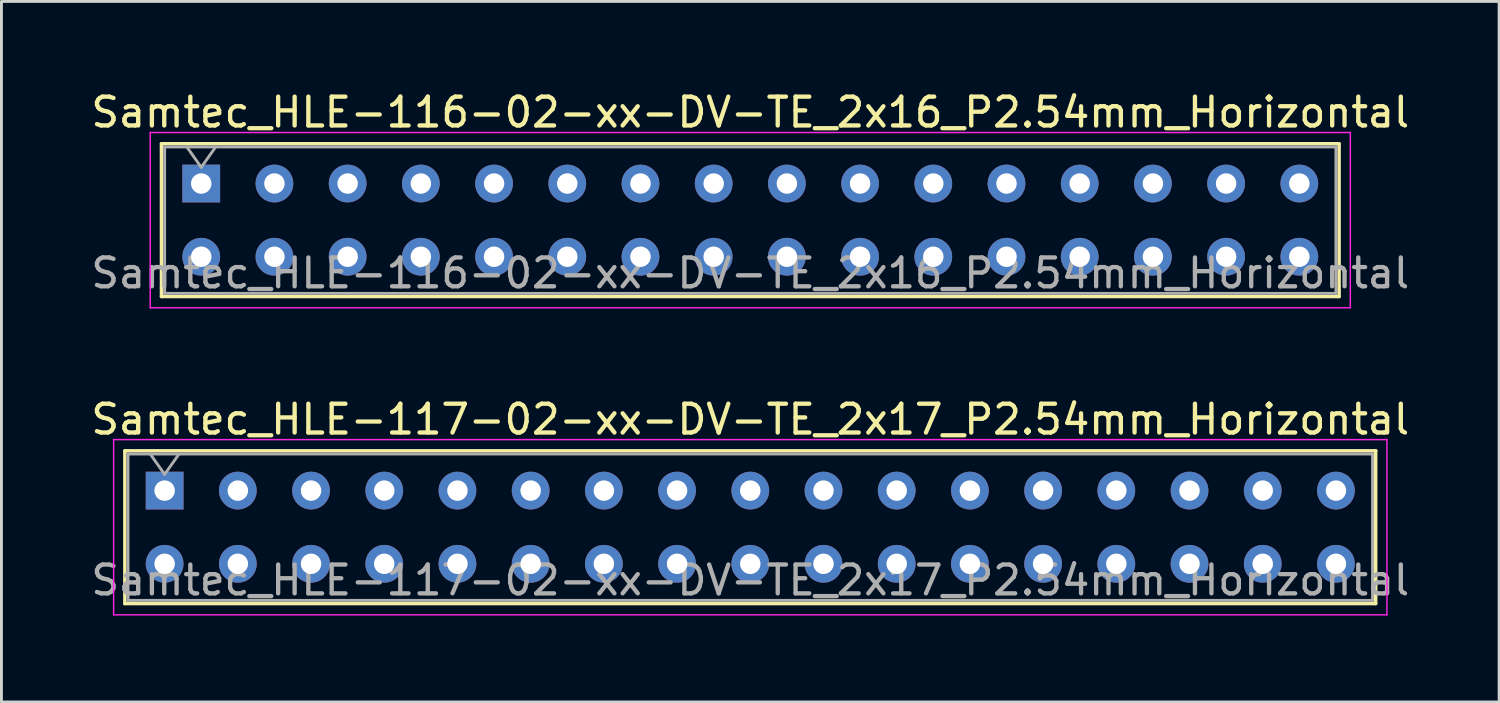
<source format=kicad_pcb>
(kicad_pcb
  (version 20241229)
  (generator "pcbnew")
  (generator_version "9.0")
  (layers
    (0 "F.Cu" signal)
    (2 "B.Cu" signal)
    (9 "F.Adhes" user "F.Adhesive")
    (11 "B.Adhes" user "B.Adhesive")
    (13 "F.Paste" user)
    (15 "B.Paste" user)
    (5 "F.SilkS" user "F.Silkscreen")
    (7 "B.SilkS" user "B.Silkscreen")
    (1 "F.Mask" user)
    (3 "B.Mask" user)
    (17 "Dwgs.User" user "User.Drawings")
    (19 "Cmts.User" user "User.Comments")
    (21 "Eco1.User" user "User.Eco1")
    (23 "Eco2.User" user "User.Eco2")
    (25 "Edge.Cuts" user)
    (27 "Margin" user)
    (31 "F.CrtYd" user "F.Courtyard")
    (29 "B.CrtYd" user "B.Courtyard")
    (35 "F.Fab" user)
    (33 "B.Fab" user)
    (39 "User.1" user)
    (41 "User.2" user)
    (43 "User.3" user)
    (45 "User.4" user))
  (footprint "Samtec_HLE-116-02-xx-DV-TE_2x16_P2.54mm_Horizontal"
    (layer "F.Cu")
    (at 3.932 3.318)
    (property "Reference" "Samtec_HLE-116-02-xx-DV-TE_2x16_P2.54mm_Horizontal" (at 19.05 -2.47 0) (layer "F.SilkS") (effects (font (size 1 1) (thickness 0.15))))
    (attr through_hole)
    (fp_line (start -1.38 -1.38) (end 39.48 -1.38) (stroke (width 0.12) (type solid)) (layer "F.SilkS"))
    (fp_line (start -1.38 3.92) (end -1.38 -1.38) (stroke (width 0.12) (type solid)) (layer "F.SilkS"))
    (fp_line (start 39.48 -1.38) (end 39.48 3.92) (stroke (width 0.12) (type solid)) (layer "F.SilkS"))
    (fp_line (start 39.48 3.92) (end -1.38 3.92) (stroke (width 0.12) (type solid)) (layer "F.SilkS"))
    (fp_line (start -1.77 -1.77) (end 39.87 -1.77) (stroke (width 0.05) (type solid)) (layer "F.CrtYd"))
    (fp_line (start -1.77 4.31) (end -1.77 -1.77) (stroke (width 0.05) (type solid)) (layer "F.CrtYd"))
    (fp_line (start 39.87 -1.77) (end 39.87 4.31) (stroke (width 0.05) (type solid)) (layer "F.CrtYd"))
    (fp_line (start 39.87 4.31) (end -1.77 4.31) (stroke (width 0.05) (type solid)) (layer "F.CrtYd"))
    (fp_line (start -1.27 -1.27) (end 39.37 -1.27) (stroke (width 0.1) (type solid)) (layer "F.Fab"))
    (fp_line (start -1.27 3.81) (end -1.27 -1.27) (stroke (width 0.1) (type solid)) (layer "F.Fab"))
    (fp_line (start -0.5 -1.27) (end 0 -0.563) (stroke (width 0.1) (type solid)) (layer "F.Fab"))
    (fp_line (start 0 -0.563) (end 0.5 -1.27) (stroke (width 0.1) (type solid)) (layer "F.Fab"))
    (fp_line (start 39.37 -1.27) (end 39.37 3.81) (stroke (width 0.1) (type solid)) (layer "F.Fab"))
    (fp_line (start 39.37 3.81) (end -1.27 3.81) (stroke (width 0.1) (type solid)) (layer "F.Fab"))
    (fp_text user "${REFERENCE}" (at 19.05 3.11 0) (layer "F.Fab") (effects (font (size 1 1) (thickness 0.15))))
    (pad "1" thru_hole rect (at 0 0) (size 1.31 1.31) (drill 0.71) (layers "*.Cu" "*.Mask"))
    (pad "2" thru_hole circle (at 0 2.54) (size 1.31 1.31) (drill 0.71) (layers "*.Cu" "*.Mask"))
    (pad "3" thru_hole circle (at 2.54 0) (size 1.31 1.31) (drill 0.71) (layers "*.Cu" "*.Mask"))
    (pad "4" thru_hole circle (at 2.54 2.54) (size 1.31 1.31) (drill 0.71) (layers "*.Cu" "*.Mask"))
    (pad "5" thru_hole circle (at 5.08 0) (size 1.31 1.31) (drill 0.71) (layers "*.Cu" "*.Mask"))
    (pad "6" thru_hole circle (at 5.08 2.54) (size 1.31 1.31) (drill 0.71) (layers "*.Cu" "*.Mask"))
    (pad "7" thru_hole circle (at 7.62 0) (size 1.31 1.31) (drill 0.71) (layers "*.Cu" "*.Mask"))
    (pad "8" thru_hole circle (at 7.62 2.54) (size 1.31 1.31) (drill 0.71) (layers "*.Cu" "*.Mask"))
    (pad "9" thru_hole circle (at 10.16 0) (size 1.31 1.31) (drill 0.71) (layers "*.Cu" "*.Mask"))
    (pad "10" thru_hole circle (at 10.16 2.54) (size 1.31 1.31) (drill 0.71) (layers "*.Cu" "*.Mask"))
    (pad "11" thru_hole circle (at 12.7 0) (size 1.31 1.31) (drill 0.71) (layers "*.Cu" "*.Mask"))
    (pad "12" thru_hole circle (at 12.7 2.54) (size 1.31 1.31) (drill 0.71) (layers "*.Cu" "*.Mask"))
    (pad "13" thru_hole circle (at 15.24 0) (size 1.31 1.31) (drill 0.71) (layers "*.Cu" "*.Mask"))
    (pad "14" thru_hole circle (at 15.24 2.54) (size 1.31 1.31) (drill 0.71) (layers "*.Cu" "*.Mask"))
    (pad "15" thru_hole circle (at 17.78 0) (size 1.31 1.31) (drill 0.71) (layers "*.Cu" "*.Mask"))
    (pad "16" thru_hole circle (at 17.78 2.54) (size 1.31 1.31) (drill 0.71) (layers "*.Cu" "*.Mask"))
    (pad "17" thru_hole circle (at 20.32 0) (size 1.31 1.31) (drill 0.71) (layers "*.Cu" "*.Mask"))
    (pad "18" thru_hole circle (at 20.32 2.54) (size 1.31 1.31) (drill 0.71) (layers "*.Cu" "*.Mask"))
    (pad "19" thru_hole circle (at 22.86 0) (size 1.31 1.31) (drill 0.71) (layers "*.Cu" "*.Mask"))
    (pad "20" thru_hole circle (at 22.86 2.54) (size 1.31 1.31) (drill 0.71) (layers "*.Cu" "*.Mask"))
    (pad "21" thru_hole circle (at 25.4 0) (size 1.31 1.31) (drill 0.71) (layers "*.Cu" "*.Mask"))
    (pad "22" thru_hole circle (at 25.4 2.54) (size 1.31 1.31) (drill 0.71) (layers "*.Cu" "*.Mask"))
    (pad "23" thru_hole circle (at 27.94 0) (size 1.31 1.31) (drill 0.71) (layers "*.Cu" "*.Mask"))
    (pad "24" thru_hole circle (at 27.94 2.54) (size 1.31 1.31) (drill 0.71) (layers "*.Cu" "*.Mask"))
    (pad "25" thru_hole circle (at 30.48 0) (size 1.31 1.31) (drill 0.71) (layers "*.Cu" "*.Mask"))
    (pad "26" thru_hole circle (at 30.48 2.54) (size 1.31 1.31) (drill 0.71) (layers "*.Cu" "*.Mask"))
    (pad "27" thru_hole circle (at 33.02 0) (size 1.31 1.31) (drill 0.71) (layers "*.Cu" "*.Mask"))
    (pad "28" thru_hole circle (at 33.02 2.54) (size 1.31 1.31) (drill 0.71) (layers "*.Cu" "*.Mask"))
    (pad "29" thru_hole circle (at 35.56 0) (size 1.31 1.31) (drill 0.71) (layers "*.Cu" "*.Mask"))
    (pad "30" thru_hole circle (at 35.56 2.54) (size 1.31 1.31) (drill 0.71) (layers "*.Cu" "*.Mask"))
    (pad "31" thru_hole circle (at 38.1 0) (size 1.31 1.31) (drill 0.71) (layers "*.Cu" "*.Mask"))
    (pad "32" thru_hole circle (at 38.1 2.54) (size 1.31 1.31) (drill 0.71) (layers "*.Cu" "*.Mask")))
  (footprint "Samtec_HLE-117-02-xx-DV-TE_2x17_P2.54mm_Horizontal"
    (layer "F.Cu")
    (at 2.662 13.972)
    (property "Reference" "Samtec_HLE-117-02-xx-DV-TE_2x17_P2.54mm_Horizontal" (at 20.32 -2.47 0) (layer "F.SilkS") (effects (font (size 1 1) (thickness 0.15))))
    (attr through_hole)
    (fp_line (start -1.38 -1.38) (end 42.02 -1.38) (stroke (width 0.12) (type solid)) (layer "F.SilkS"))
    (fp_line (start -1.38 3.92) (end -1.38 -1.38) (stroke (width 0.12) (type solid)) (layer "F.SilkS"))
    (fp_line (start 42.02 -1.38) (end 42.02 3.92) (stroke (width 0.12) (type solid)) (layer "F.SilkS"))
    (fp_line (start 42.02 3.92) (end -1.38 3.92) (stroke (width 0.12) (type solid)) (layer "F.SilkS"))
    (fp_line (start -1.77 -1.77) (end 42.41 -1.77) (stroke (width 0.05) (type solid)) (layer "F.CrtYd"))
    (fp_line (start -1.77 4.31) (end -1.77 -1.77) (stroke (width 0.05) (type solid)) (layer "F.CrtYd"))
    (fp_line (start 42.41 -1.77) (end 42.41 4.31) (stroke (width 0.05) (type solid)) (layer "F.CrtYd"))
    (fp_line (start 42.41 4.31) (end -1.77 4.31) (stroke (width 0.05) (type solid)) (layer "F.CrtYd"))
    (fp_line (start -1.27 -1.27) (end 41.91 -1.27) (stroke (width 0.1) (type solid)) (layer "F.Fab"))
    (fp_line (start -1.27 3.81) (end -1.27 -1.27) (stroke (width 0.1) (type solid)) (layer "F.Fab"))
    (fp_line (start -0.5 -1.27) (end 0 -0.563) (stroke (width 0.1) (type solid)) (layer "F.Fab"))
    (fp_line (start 0 -0.563) (end 0.5 -1.27) (stroke (width 0.1) (type solid)) (layer "F.Fab"))
    (fp_line (start 41.91 -1.27) (end 41.91 3.81) (stroke (width 0.1) (type solid)) (layer "F.Fab"))
    (fp_line (start 41.91 3.81) (end -1.27 3.81) (stroke (width 0.1) (type solid)) (layer "F.Fab"))
    (fp_text user "${REFERENCE}" (at 20.32 3.11 0) (layer "F.Fab") (effects (font (size 1 1) (thickness 0.15))))
    (pad "1" thru_hole rect (at 0 0) (size 1.31 1.31) (drill 0.71) (layers "*.Cu" "*.Mask"))
    (pad "2" thru_hole circle (at 0 2.54) (size 1.31 1.31) (drill 0.71) (layers "*.Cu" "*.Mask"))
    (pad "3" thru_hole circle (at 2.54 0) (size 1.31 1.31) (drill 0.71) (layers "*.Cu" "*.Mask"))
    (pad "4" thru_hole circle (at 2.54 2.54) (size 1.31 1.31) (drill 0.71) (layers "*.Cu" "*.Mask"))
    (pad "5" thru_hole circle (at 5.08 0) (size 1.31 1.31) (drill 0.71) (layers "*.Cu" "*.Mask"))
    (pad "6" thru_hole circle (at 5.08 2.54) (size 1.31 1.31) (drill 0.71) (layers "*.Cu" "*.Mask"))
    (pad "7" thru_hole circle (at 7.62 0) (size 1.31 1.31) (drill 0.71) (layers "*.Cu" "*.Mask"))
    (pad "8" thru_hole circle (at 7.62 2.54) (size 1.31 1.31) (drill 0.71) (layers "*.Cu" "*.Mask"))
    (pad "9" thru_hole circle (at 10.16 0) (size 1.31 1.31) (drill 0.71) (layers "*.Cu" "*.Mask"))
    (pad "10" thru_hole circle (at 10.16 2.54) (size 1.31 1.31) (drill 0.71) (layers "*.Cu" "*.Mask"))
    (pad "11" thru_hole circle (at 12.7 0) (size 1.31 1.31) (drill 0.71) (layers "*.Cu" "*.Mask"))
    (pad "12" thru_hole circle (at 12.7 2.54) (size 1.31 1.31) (drill 0.71) (layers "*.Cu" "*.Mask"))
    (pad "13" thru_hole circle (at 15.24 0) (size 1.31 1.31) (drill 0.71) (layers "*.Cu" "*.Mask"))
    (pad "14" thru_hole circle (at 15.24 2.54) (size 1.31 1.31) (drill 0.71) (layers "*.Cu" "*.Mask"))
    (pad "15" thru_hole circle (at 17.78 0) (size 1.31 1.31) (drill 0.71) (layers "*.Cu" "*.Mask"))
    (pad "16" thru_hole circle (at 17.78 2.54) (size 1.31 1.31) (drill 0.71) (layers "*.Cu" "*.Mask"))
    (pad "17" thru_hole circle (at 20.32 0) (size 1.31 1.31) (drill 0.71) (layers "*.Cu" "*.Mask"))
    (pad "18" thru_hole circle (at 20.32 2.54) (size 1.31 1.31) (drill 0.71) (layers "*.Cu" "*.Mask"))
    (pad "19" thru_hole circle (at 22.86 0) (size 1.31 1.31) (drill 0.71) (layers "*.Cu" "*.Mask"))
    (pad "20" thru_hole circle (at 22.86 2.54) (size 1.31 1.31) (drill 0.71) (layers "*.Cu" "*.Mask"))
    (pad "21" thru_hole circle (at 25.4 0) (size 1.31 1.31) (drill 0.71) (layers "*.Cu" "*.Mask"))
    (pad "22" thru_hole circle (at 25.4 2.54) (size 1.31 1.31) (drill 0.71) (layers "*.Cu" "*.Mask"))
    (pad "23" thru_hole circle (at 27.94 0) (size 1.31 1.31) (drill 0.71) (layers "*.Cu" "*.Mask"))
    (pad "24" thru_hole circle (at 27.94 2.54) (size 1.31 1.31) (drill 0.71) (layers "*.Cu" "*.Mask"))
    (pad "25" thru_hole circle (at 30.48 0) (size 1.31 1.31) (drill 0.71) (layers "*.Cu" "*.Mask"))
    (pad "26" thru_hole circle (at 30.48 2.54) (size 1.31 1.31) (drill 0.71) (layers "*.Cu" "*.Mask"))
    (pad "27" thru_hole circle (at 33.02 0) (size 1.31 1.31) (drill 0.71) (layers "*.Cu" "*.Mask"))
    (pad "28" thru_hole circle (at 33.02 2.54) (size 1.31 1.31) (drill 0.71) (layers "*.Cu" "*.Mask"))
    (pad "29" thru_hole circle (at 35.56 0) (size 1.31 1.31) (drill 0.71) (layers "*.Cu" "*.Mask"))
    (pad "30" thru_hole circle (at 35.56 2.54) (size 1.31 1.31) (drill 0.71) (layers "*.Cu" "*.Mask"))
    (pad "31" thru_hole circle (at 38.1 0) (size 1.31 1.31) (drill 0.71) (layers "*.Cu" "*.Mask"))
    (pad "32" thru_hole circle (at 38.1 2.54) (size 1.31 1.31) (drill 0.71) (layers "*.Cu" "*.Mask"))
    (pad "33" thru_hole circle (at 40.64 0) (size 1.31 1.31) (drill 0.71) (layers "*.Cu" "*.Mask"))
    (pad "34" thru_hole circle (at 40.64 2.54) (size 1.31 1.31) (drill 0.71) (layers "*.Cu" "*.Mask")))
  (gr_rect
    (start -3 -3)
    (end 48.964 21.306)
    (stroke (width 0.1) (type default))
    (fill no)
    (layer "Edge.Cuts")))
</source>
